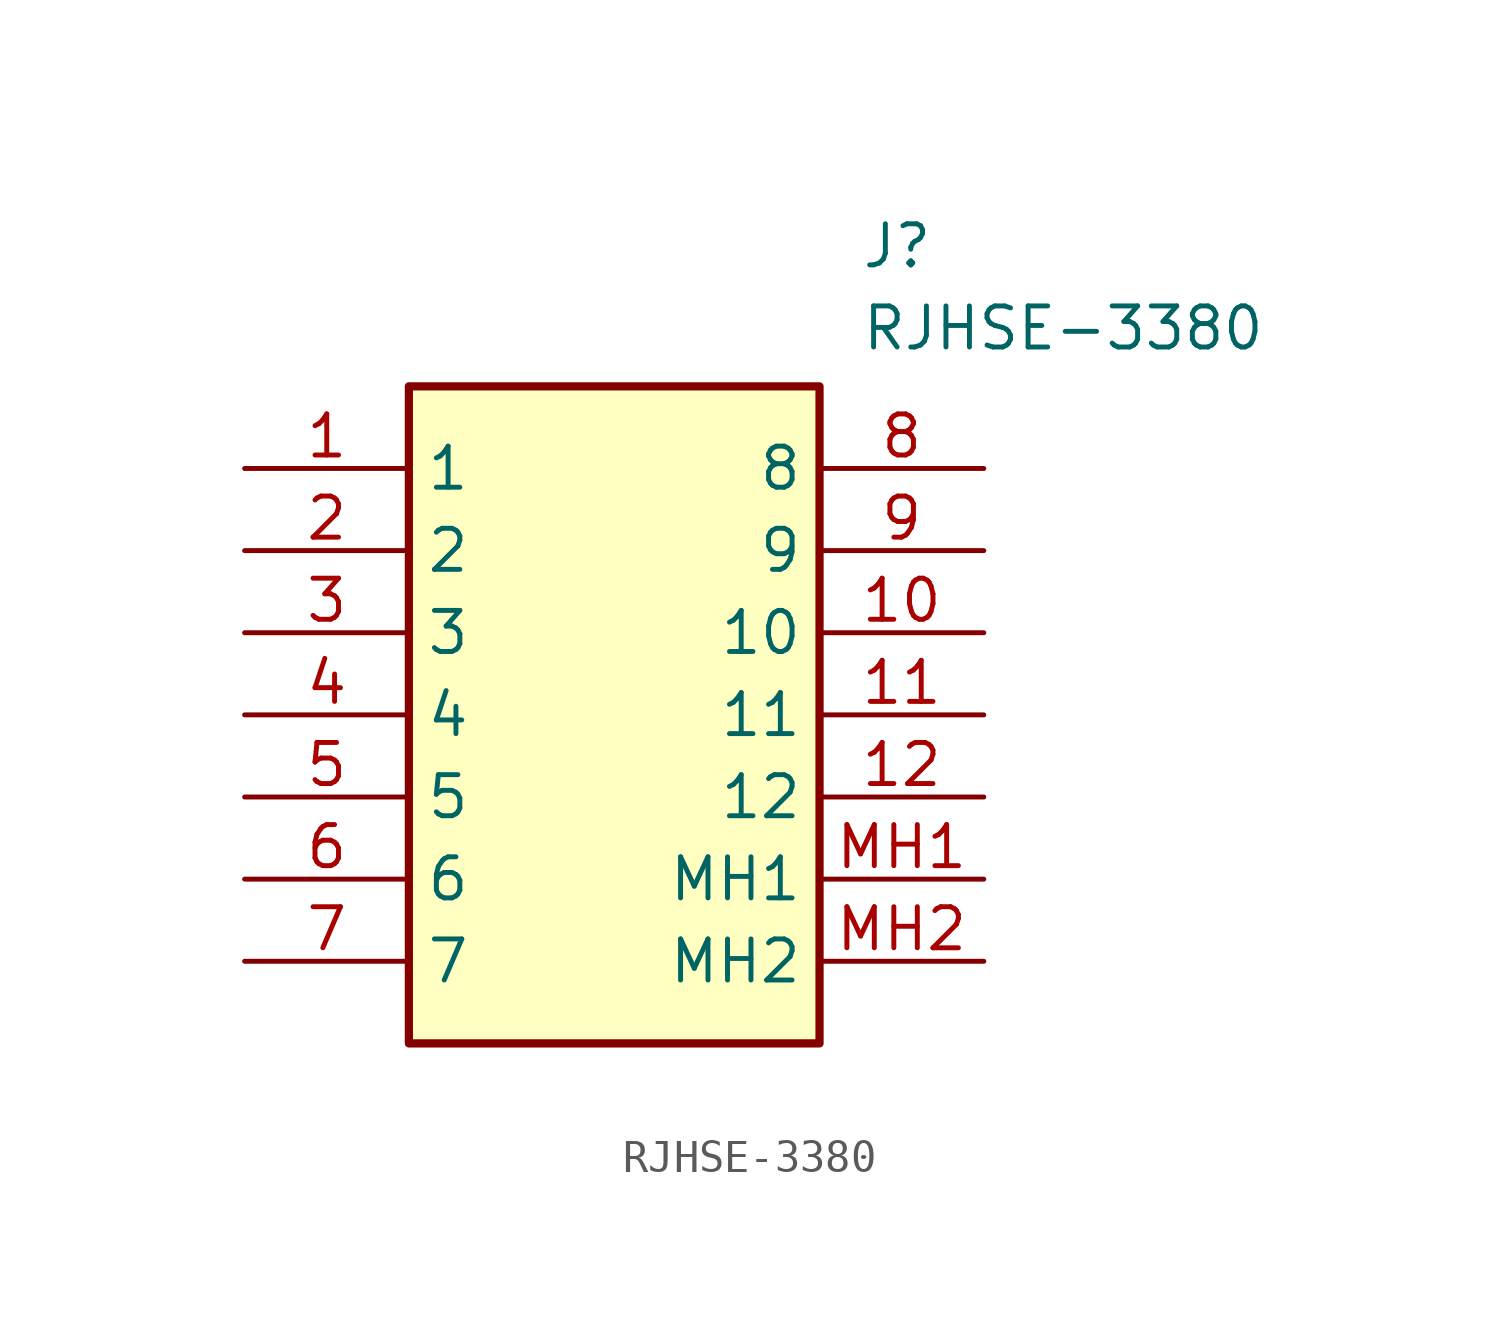
<source format=kicad_sym>
(kicad_symbol_lib
  (version 20211014)
  (generator SamacSys_ECAD_Model)
  (symbol "RJHSE-3380"
    (property "Reference" "J"
      (at 19.05 7.62 0)
      (effects (font (size 1.27 1.27)) (justify left top)))
    (property "Value" "RJHSE-3380"
      (at 19.05 5.08 0)
      (effects (font (size 1.27 1.27)) (justify left top)))
    (rectangle
      (start 5.08 2.54)
      (end 17.78 -17.78)
      (stroke (width 0.254) (type default))
      (fill (type background)))
    (pin passive line
      (at 0 0 0)
      (length 5.08)
      (name "1" (effects (font (size 1.27 1.27))))
      (number "1" (effects (font (size 1.27 1.27)))))
    (pin passive line
      (at 0 -2.54 0)
      (length 5.08)
      (name "2" (effects (font (size 1.27 1.27))))
      (number "2" (effects (font (size 1.27 1.27)))))
    (pin passive line
      (at 0 -5.08 0)
      (length 5.08)
      (name "3" (effects (font (size 1.27 1.27))))
      (number "3" (effects (font (size 1.27 1.27)))))
    (pin passive line
      (at 0 -7.62 0)
      (length 5.08)
      (name "4" (effects (font (size 1.27 1.27))))
      (number "4" (effects (font (size 1.27 1.27)))))
    (pin passive line
      (at 0 -10.16 0)
      (length 5.08)
      (name "5" (effects (font (size 1.27 1.27))))
      (number "5" (effects (font (size 1.27 1.27)))))
    (pin passive line
      (at 0 -12.7 0)
      (length 5.08)
      (name "6" (effects (font (size 1.27 1.27))))
      (number "6" (effects (font (size 1.27 1.27)))))
    (pin passive line
      (at 0 -15.24 0)
      (length 5.08)
      (name "7" (effects (font (size 1.27 1.27))))
      (number "7" (effects (font (size 1.27 1.27)))))
    (pin passive line
      (at 22.86 0 180)
      (length 5.08)
      (name "8" (effects (font (size 1.27 1.27))))
      (number "8" (effects (font (size 1.27 1.27)))))
    (pin passive line
      (at 22.86 -2.54 180)
      (length 5.08)
      (name "9" (effects (font (size 1.27 1.27))))
      (number "9" (effects (font (size 1.27 1.27)))))
    (pin passive line
      (at 22.86 -5.08 180)
      (length 5.08)
      (name "10" (effects (font (size 1.27 1.27))))
      (number "10" (effects (font (size 1.27 1.27)))))
    (pin passive line
      (at 22.86 -7.62 180)
      (length 5.08)
      (name "11" (effects (font (size 1.27 1.27))))
      (number "11" (effects (font (size 1.27 1.27)))))
    (pin passive line
      (at 22.86 -10.16 180)
      (length 5.08)
      (name "12" (effects (font (size 1.27 1.27))))
      (number "12" (effects (font (size 1.27 1.27)))))
    (pin passive line
      (at 22.86 -12.7 180)
      (length 5.08)
      (name "MH1" (effects (font (size 1.27 1.27))))
      (number "MH1" (effects (font (size 1.27 1.27)))))
    (pin passive line
      (at 22.86 -15.24 180)
      (length 5.08)
      (name "MH2" (effects (font (size 1.27 1.27))))
      (number "MH2" (effects (font (size 1.27 1.27)))))))
</source>
